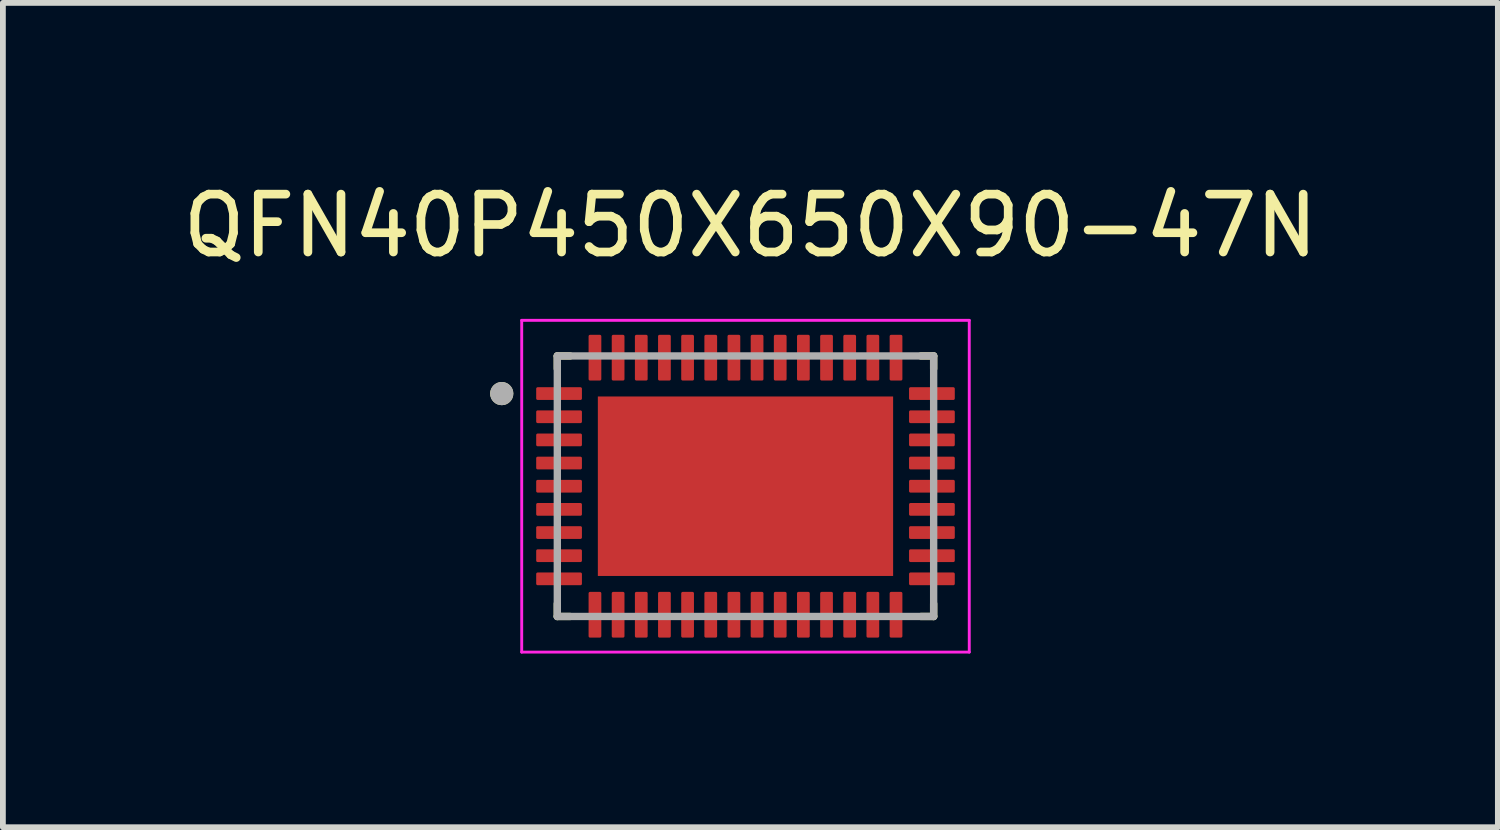
<source format=kicad_pcb>
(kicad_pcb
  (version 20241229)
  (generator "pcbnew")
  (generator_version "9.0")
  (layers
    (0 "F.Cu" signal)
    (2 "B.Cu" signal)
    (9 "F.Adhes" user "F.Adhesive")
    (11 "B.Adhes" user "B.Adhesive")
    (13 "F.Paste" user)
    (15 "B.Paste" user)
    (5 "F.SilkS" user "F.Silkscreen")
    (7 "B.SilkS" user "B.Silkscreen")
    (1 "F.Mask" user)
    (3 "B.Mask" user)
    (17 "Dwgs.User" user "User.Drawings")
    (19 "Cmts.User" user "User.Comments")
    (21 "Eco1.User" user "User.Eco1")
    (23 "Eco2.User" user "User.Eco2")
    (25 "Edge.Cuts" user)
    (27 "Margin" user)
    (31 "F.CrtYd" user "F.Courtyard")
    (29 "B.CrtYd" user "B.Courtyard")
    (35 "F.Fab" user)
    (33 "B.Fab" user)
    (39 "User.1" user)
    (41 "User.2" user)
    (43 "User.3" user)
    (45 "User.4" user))
  (footprint "QFN40P450X650X90-47N"
    (layer "F.Cu")
    (at 9.826 5.348)
    (property "Reference" "QFN40P450X650X90-47N" (at 0.085 -4.5 0) (layer "F.SilkS") (effects (font (size 1 1) (thickness 0.15))))
    (attr smd)
    (fp_line (start -3.25 -2.25) (end -3.25 -2.03) (stroke (width 0.127) (type solid)) (layer "F.SilkS"))
    (fp_line (start -3.25 -2.25) (end -3.03 -2.25) (stroke (width 0.127) (type solid)) (layer "F.SilkS"))
    (fp_line (start -3.25 2.25) (end -3.25 2.03) (stroke (width 0.127) (type solid)) (layer "F.SilkS"))
    (fp_line (start -3.25 2.25) (end -3.03 2.25) (stroke (width 0.127) (type solid)) (layer "F.SilkS"))
    (fp_line (start 3.25 -2.25) (end 3.03 -2.25) (stroke (width 0.127) (type solid)) (layer "F.SilkS"))
    (fp_line (start 3.25 -2.25) (end 3.25 -2.03) (stroke (width 0.127) (type solid)) (layer "F.SilkS"))
    (fp_line (start 3.25 2.25) (end 3.03 2.25) (stroke (width 0.127) (type solid)) (layer "F.SilkS"))
    (fp_line (start 3.25 2.25) (end 3.25 2.03) (stroke (width 0.127) (type solid)) (layer "F.SilkS"))
    (fp_circle (center -4.21 -1.6) (end -4.11 -1.6) (stroke (width 0.2) (type solid)) (fill no) (layer "F.SilkS"))
    (fp_poly (pts (xy -1.61 -0.98) (xy 1.61 -0.98) (xy 1.61 0.98) (xy -1.61 0.98)) (stroke (width 0.01) (type solid)) (fill yes) (layer "F.Paste"))
    (fp_line (start -3.865 -2.865) (end 3.865 -2.865) (stroke (width 0.05) (type solid)) (layer "F.CrtYd"))
    (fp_line (start -3.865 2.865) (end -3.865 -2.865) (stroke (width 0.05) (type solid)) (layer "F.CrtYd"))
    (fp_line (start -3.865 2.865) (end 3.865 2.865) (stroke (width 0.05) (type solid)) (layer "F.CrtYd"))
    (fp_line (start 3.865 2.865) (end 3.865 -2.865) (stroke (width 0.05) (type solid)) (layer "F.CrtYd"))
    (fp_line (start -3.25 2.25) (end -3.25 -2.25) (stroke (width 0.127) (type solid)) (layer "F.Fab"))
    (fp_line (start 3.25 -2.25) (end -3.25 -2.25) (stroke (width 0.127) (type solid)) (layer "F.Fab"))
    (fp_line (start 3.25 2.25) (end -3.25 2.25) (stroke (width 0.127) (type solid)) (layer "F.Fab"))
    (fp_line (start 3.25 2.25) (end 3.25 -2.25) (stroke (width 0.127) (type solid)) (layer "F.Fab"))
    (fp_circle (center -4.21 -1.6) (end -4.11 -1.6) (stroke (width 0.2) (type solid)) (fill no) (layer "F.Fab"))
    (pad "1" smd roundrect (at -3.22 -1.6) (size 0.79 0.22) (layers "F.Cu" "F.Mask" "F.Paste") (roundrect_rratio 0.115))
    (pad "2" smd roundrect (at -3.22 -1.2) (size 0.79 0.22) (layers "F.Cu" "F.Mask" "F.Paste") (roundrect_rratio 0.115))
    (pad "3" smd roundrect (at -3.22 -0.8) (size 0.79 0.22) (layers "F.Cu" "F.Mask" "F.Paste") (roundrect_rratio 0.115))
    (pad "4" smd roundrect (at -3.22 -0.4) (size 0.79 0.22) (layers "F.Cu" "F.Mask" "F.Paste") (roundrect_rratio 0.115))
    (pad "5" smd roundrect (at -3.22 0) (size 0.79 0.22) (layers "F.Cu" "F.Mask" "F.Paste") (roundrect_rratio 0.115))
    (pad "6" smd roundrect (at -3.22 0.4) (size 0.79 0.22) (layers "F.Cu" "F.Mask" "F.Paste") (roundrect_rratio 0.115))
    (pad "7" smd roundrect (at -3.22 0.8) (size 0.79 0.22) (layers "F.Cu" "F.Mask" "F.Paste") (roundrect_rratio 0.115))
    (pad "8" smd roundrect (at -3.22 1.2) (size 0.79 0.22) (layers "F.Cu" "F.Mask" "F.Paste") (roundrect_rratio 0.115))
    (pad "9" smd roundrect (at -3.22 1.6) (size 0.79 0.22) (layers "F.Cu" "F.Mask" "F.Paste") (roundrect_rratio 0.115))
    (pad "10" smd roundrect (at -2.6 2.22) (size 0.22 0.79) (layers "F.Cu" "F.Mask" "F.Paste") (roundrect_rratio 0.115))
    (pad "11" smd roundrect (at -2.2 2.22) (size 0.22 0.79) (layers "F.Cu" "F.Mask" "F.Paste") (roundrect_rratio 0.115))
    (pad "12" smd roundrect (at -1.8 2.22) (size 0.22 0.79) (layers "F.Cu" "F.Mask" "F.Paste") (roundrect_rratio 0.115))
    (pad "13" smd roundrect (at -1.4 2.22) (size 0.22 0.79) (layers "F.Cu" "F.Mask" "F.Paste") (roundrect_rratio 0.115))
    (pad "14" smd roundrect (at -1 2.22) (size 0.22 0.79) (layers "F.Cu" "F.Mask" "F.Paste") (roundrect_rratio 0.115))
    (pad "15" smd roundrect (at -0.6 2.22) (size 0.22 0.79) (layers "F.Cu" "F.Mask" "F.Paste") (roundrect_rratio 0.115))
    (pad "16" smd roundrect (at -0.2 2.22) (size 0.22 0.79) (layers "F.Cu" "F.Mask" "F.Paste") (roundrect_rratio 0.115))
    (pad "17" smd roundrect (at 0.2 2.22) (size 0.22 0.79) (layers "F.Cu" "F.Mask" "F.Paste") (roundrect_rratio 0.115))
    (pad "18" smd roundrect (at 0.6 2.22) (size 0.22 0.79) (layers "F.Cu" "F.Mask" "F.Paste") (roundrect_rratio 0.115))
    (pad "19" smd roundrect (at 1 2.22) (size 0.22 0.79) (layers "F.Cu" "F.Mask" "F.Paste") (roundrect_rratio 0.115))
    (pad "20" smd roundrect (at 1.4 2.22) (size 0.22 0.79) (layers "F.Cu" "F.Mask" "F.Paste") (roundrect_rratio 0.115))
    (pad "21" smd roundrect (at 1.8 2.22) (size 0.22 0.79) (layers "F.Cu" "F.Mask" "F.Paste") (roundrect_rratio 0.115))
    (pad "22" smd roundrect (at 2.2 2.22) (size 0.22 0.79) (layers "F.Cu" "F.Mask" "F.Paste") (roundrect_rratio 0.115))
    (pad "23" smd roundrect (at 2.6 2.22) (size 0.22 0.79) (layers "F.Cu" "F.Mask" "F.Paste") (roundrect_rratio 0.115))
    (pad "24" smd roundrect (at 3.22 1.6) (size 0.79 0.22) (layers "F.Cu" "F.Mask" "F.Paste") (roundrect_rratio 0.115))
    (pad "25" smd roundrect (at 3.22 1.2) (size 0.79 0.22) (layers "F.Cu" "F.Mask" "F.Paste") (roundrect_rratio 0.115))
    (pad "26" smd roundrect (at 3.22 0.8) (size 0.79 0.22) (layers "F.Cu" "F.Mask" "F.Paste") (roundrect_rratio 0.115))
    (pad "27" smd roundrect (at 3.22 0.4) (size 0.79 0.22) (layers "F.Cu" "F.Mask" "F.Paste") (roundrect_rratio 0.115))
    (pad "28" smd roundrect (at 3.22 0) (size 0.79 0.22) (layers "F.Cu" "F.Mask" "F.Paste") (roundrect_rratio 0.115))
    (pad "29" smd roundrect (at 3.22 -0.4) (size 0.79 0.22) (layers "F.Cu" "F.Mask" "F.Paste") (roundrect_rratio 0.115))
    (pad "30" smd roundrect (at 3.22 -0.8) (size 0.79 0.22) (layers "F.Cu" "F.Mask" "F.Paste") (roundrect_rratio 0.115))
    (pad "31" smd roundrect (at 3.22 -1.2) (size 0.79 0.22) (layers "F.Cu" "F.Mask" "F.Paste") (roundrect_rratio 0.115))
    (pad "32" smd roundrect (at 3.22 -1.6) (size 0.79 0.22) (layers "F.Cu" "F.Mask" "F.Paste") (roundrect_rratio 0.115))
    (pad "33" smd roundrect (at 2.6 -2.22) (size 0.22 0.79) (layers "F.Cu" "F.Mask" "F.Paste") (roundrect_rratio 0.115))
    (pad "34" smd roundrect (at 2.2 -2.22) (size 0.22 0.79) (layers "F.Cu" "F.Mask" "F.Paste") (roundrect_rratio 0.115))
    (pad "35" smd roundrect (at 1.8 -2.22) (size 0.22 0.79) (layers "F.Cu" "F.Mask" "F.Paste") (roundrect_rratio 0.115))
    (pad "36" smd roundrect (at 1.4 -2.22) (size 0.22 0.79) (layers "F.Cu" "F.Mask" "F.Paste") (roundrect_rratio 0.115))
    (pad "37" smd roundrect (at 1 -2.22) (size 0.22 0.79) (layers "F.Cu" "F.Mask" "F.Paste") (roundrect_rratio 0.115))
    (pad "38" smd roundrect (at 0.6 -2.22) (size 0.22 0.79) (layers "F.Cu" "F.Mask" "F.Paste") (roundrect_rratio 0.115))
    (pad "39" smd roundrect (at 0.2 -2.22) (size 0.22 0.79) (layers "F.Cu" "F.Mask" "F.Paste") (roundrect_rratio 0.115))
    (pad "40" smd roundrect (at -0.2 -2.22) (size 0.22 0.79) (layers "F.Cu" "F.Mask" "F.Paste") (roundrect_rratio 0.115))
    (pad "41" smd roundrect (at -0.6 -2.22) (size 0.22 0.79) (layers "F.Cu" "F.Mask" "F.Paste") (roundrect_rratio 0.115))
    (pad "42" smd roundrect (at -1 -2.22) (size 0.22 0.79) (layers "F.Cu" "F.Mask" "F.Paste") (roundrect_rratio 0.115))
    (pad "43" smd roundrect (at -1.4 -2.22) (size 0.22 0.79) (layers "F.Cu" "F.Mask" "F.Paste") (roundrect_rratio 0.115))
    (pad "44" smd roundrect (at -1.8 -2.22) (size 0.22 0.79) (layers "F.Cu" "F.Mask" "F.Paste") (roundrect_rratio 0.115))
    (pad "45" smd roundrect (at -2.2 -2.22) (size 0.22 0.79) (layers "F.Cu" "F.Mask" "F.Paste") (roundrect_rratio 0.115))
    (pad "46" smd roundrect (at -2.6 -2.22) (size 0.22 0.79) (layers "F.Cu" "F.Mask" "F.Paste") (roundrect_rratio 0.115))
    (pad "47" smd rect (at 0 0) (size 5.1 3.1) (layers "F.Cu" "F.Mask")))
  (gr_rect
    (start -3 -3)
    (end 22.821 11.238)
    (stroke (width 0.1) (type default))
    (fill no)
    (layer "Edge.Cuts")))
</source>
